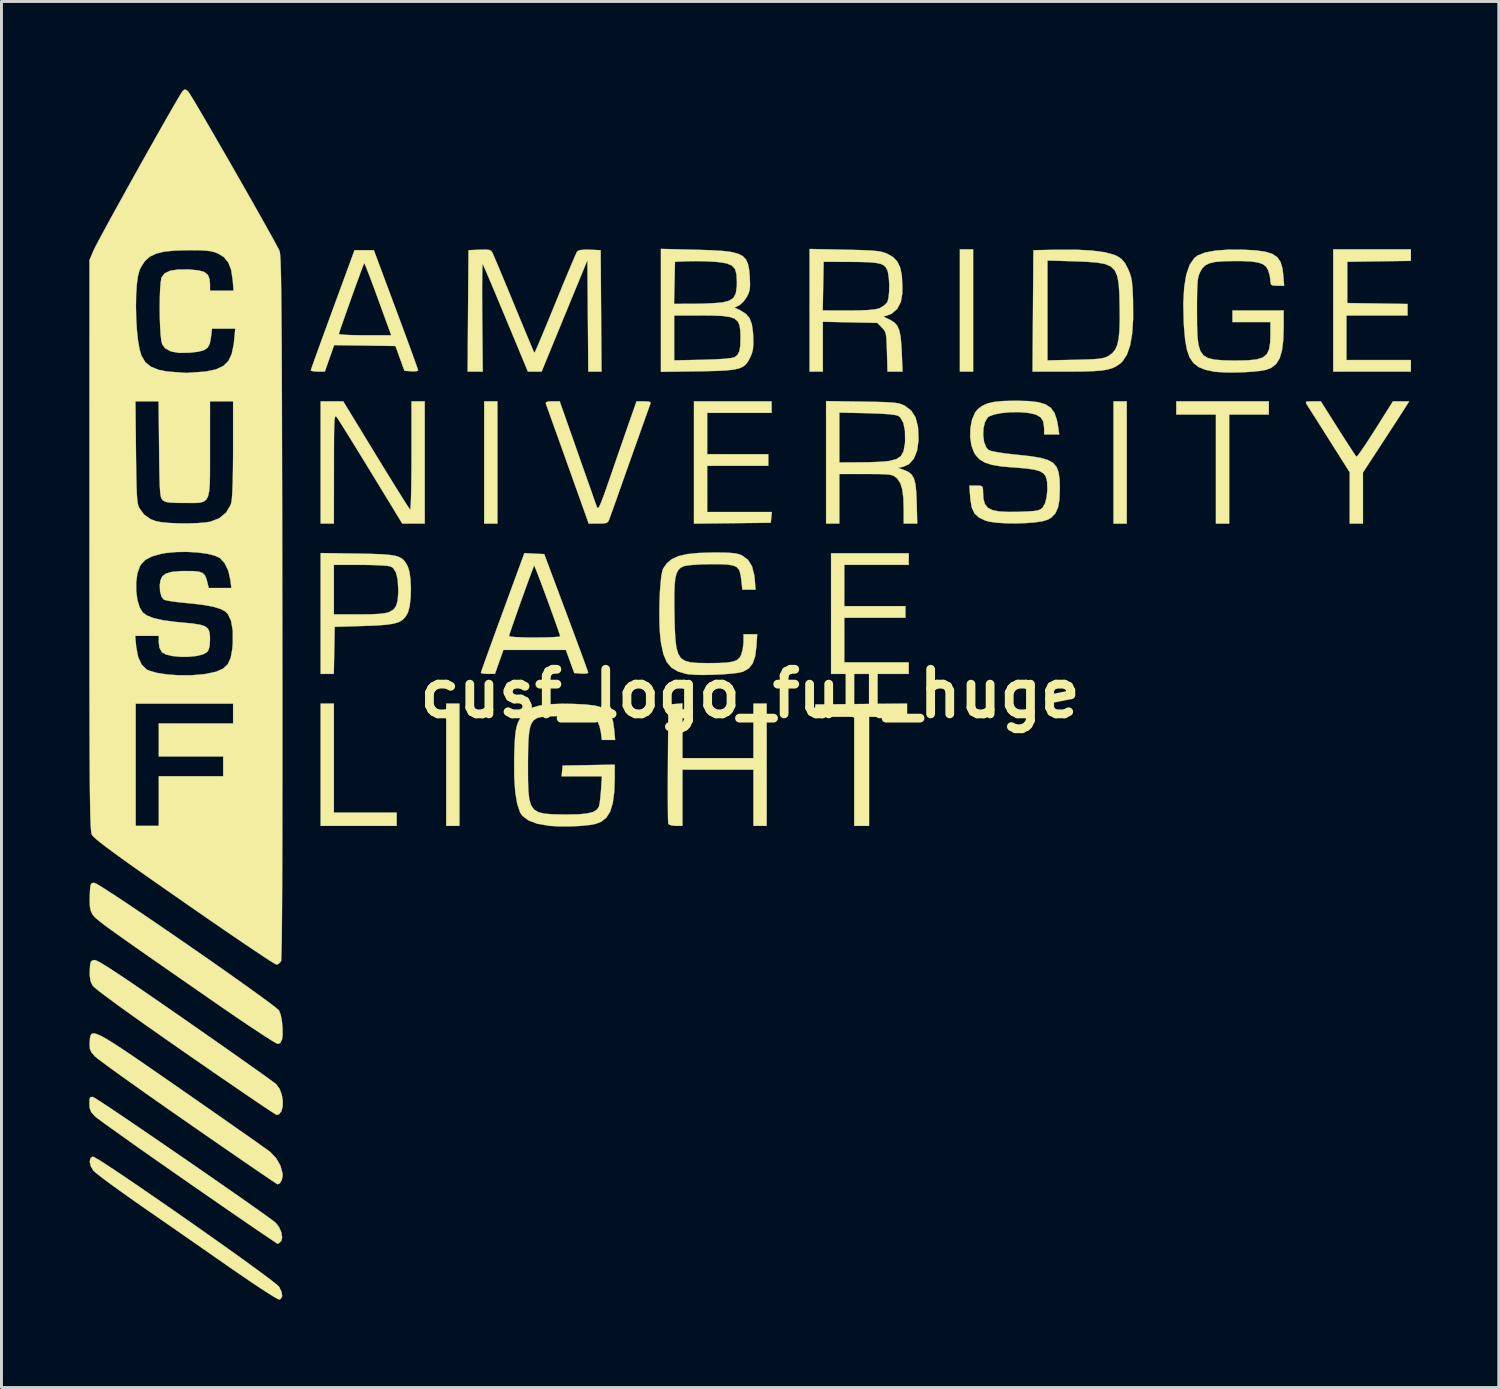
<source format=kicad_pcb>
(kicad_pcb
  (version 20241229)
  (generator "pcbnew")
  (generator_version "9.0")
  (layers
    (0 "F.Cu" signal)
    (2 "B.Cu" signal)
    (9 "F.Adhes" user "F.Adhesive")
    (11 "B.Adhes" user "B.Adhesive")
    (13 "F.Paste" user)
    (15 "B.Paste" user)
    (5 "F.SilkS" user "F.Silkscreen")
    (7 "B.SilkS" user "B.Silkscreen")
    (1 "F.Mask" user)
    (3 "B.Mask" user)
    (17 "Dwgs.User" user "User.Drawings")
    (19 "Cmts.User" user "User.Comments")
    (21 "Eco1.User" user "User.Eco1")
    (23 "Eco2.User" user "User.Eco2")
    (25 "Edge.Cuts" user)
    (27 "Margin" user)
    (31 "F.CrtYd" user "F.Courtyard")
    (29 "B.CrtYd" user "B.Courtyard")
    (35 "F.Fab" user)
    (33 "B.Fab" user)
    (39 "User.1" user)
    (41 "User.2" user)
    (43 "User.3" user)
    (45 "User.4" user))
  (footprint "cusf_logo_full_huge"
    (layer "F.Cu")
    (at 22.583 20.655)
    (property "Reference" "cusf_logo_full_huge" (at 0 0 0) (layer "F.SilkS") (effects (font (size 1.524 1.524) (thickness 0.3))))
    (attr through_hole)
    (fp_poly (pts (xy -9.934 4.516) (xy -10.386 4.516) (xy -10.386 0.339) (xy -9.934 0.339) (xy -9.934 4.516)) (stroke (width 0.01) (type solid)) (fill yes) (layer "F.SilkS"))
    (fp_poly (pts (xy -8.636 -5.814) (xy -9.088 -5.814) (xy -9.088 -9.991) (xy -8.636 -9.991) (xy -8.636 -5.814)) (stroke (width 0.01) (type solid)) (fill yes) (layer "F.SilkS"))
    (fp_poly (pts (xy 7.62 -11.007) (xy 7.168 -11.007) (xy 7.168 -15.184) (xy 7.62 -15.184) (xy 7.62 -11.007)) (stroke (width 0.01) (type solid)) (fill yes) (layer "F.SilkS"))
    (fp_poly (pts (xy 12.869 -5.814) (xy 12.418 -5.814) (xy 12.418 -9.991) (xy 12.869 -9.991) (xy 12.869 -5.814)) (stroke (width 0.01) (type solid)) (fill yes) (layer "F.SilkS"))
    (fp_poly (pts (xy -14.224 4.064) (xy -12.079 4.064) (xy -12.079 4.516) (xy -14.676 4.516) (xy -14.676 0.339) (xy -14.224 0.339) (xy -14.224 4.064)) (stroke (width 0.01) (type solid)) (fill yes) (layer "F.SilkS"))
    (fp_poly (pts (xy 17.724 -9.539) (xy 16.369 -9.539) (xy 16.369 -5.814) (xy 15.917 -5.814) (xy 15.917 -9.539) (xy 14.563 -9.539) (xy 14.563 -9.991) (xy 17.724 -9.991) (xy 17.724 -9.539)) (stroke (width 0.01) (type solid)) (fill yes) (layer "F.SilkS"))
    (fp_poly (pts (xy 5.362 0.79) (xy 4.064 0.79) (xy 4.064 4.516) (xy 3.556 4.516) (xy 3.556 0.79) (xy 2.195 0.79) (xy 2.212 0.579) (xy 2.23 0.367) (xy 3.796 0.352) (xy 5.362 0.337) (xy 5.362 0.79)) (stroke (width 0.01) (type solid)) (fill yes) (layer "F.SilkS"))
    (fp_poly (pts (xy 5.419 -4.403) (xy 3.217 -4.403) (xy 3.217 -2.992) (xy 5.306 -2.992) (xy 5.306 -2.596) (xy 3.217 -2.596) (xy 3.217 -1.072) (xy 5.419 -1.072) (xy 5.419 -0.677) (xy 2.766 -0.677) (xy 2.766 -4.798) (xy 5.419 -4.798) (xy 5.419 -4.403)) (stroke (width 0.01) (type solid)) (fill yes) (layer "F.SilkS"))
    (fp_poly (pts (xy 0.734 -9.596) (xy -1.468 -9.596) (xy -1.468 -8.184) (xy 0.621 -8.184) (xy 0.621 -7.789) (xy -1.468 -7.789) (xy -1.468 -6.209) (xy 0.741 -6.209) (xy 0.723 -6.025) (xy 0.706 -5.842) (xy -0.607 -5.827) (xy -1.919 -5.812) (xy -1.919 -9.991) (xy 0.734 -9.991) (xy 0.734 -9.596)) (stroke (width 0.01) (type solid)) (fill yes) (layer "F.SilkS"))
    (fp_poly (pts (xy 22.578 -14.791) (xy 21.491 -14.776) (xy 20.405 -14.76) (xy 20.405 -13.349) (xy 21.435 -13.334) (xy 22.465 -13.318) (xy 22.465 -12.926) (xy 20.376 -12.926) (xy 20.376 -11.402) (xy 22.578 -11.402) (xy 22.578 -11.007) (xy 19.925 -11.007) (xy 19.925 -15.184) (xy 22.578 -15.184) (xy 22.578 -14.791)) (stroke (width 0.01) (type solid)) (fill yes) (layer "F.SilkS"))
    (fp_poly (pts (xy -2.314 2.201) (xy 0.113 2.201) (xy 0.113 0.339) (xy 0.564 0.339) (xy 0.564 4.516) (xy 0.113 4.516) (xy 0.113 2.596) (xy -2.314 2.596) (xy -2.314 4.516) (xy -2.542 4.516) (xy -2.698 4.499) (xy -2.789 4.457) (xy -2.797 4.445) (xy -2.802 4.374) (xy -2.807 4.203) (xy -2.81 3.946) (xy -2.812 3.616) (xy -2.813 3.226) (xy -2.811 2.789) (xy -2.809 2.37) (xy -2.794 0.367) (xy -2.554 0.35) (xy -2.314 0.332) (xy -2.314 2.201)) (stroke (width 0.01) (type solid)) (fill yes) (layer "F.SilkS"))
    (fp_poly (pts (xy 22.313 -9.666) (xy 22.214 -9.512) (xy 22.068 -9.286) (xy 21.889 -9.011) (xy 21.692 -8.708) (xy 21.523 -8.449) (xy 20.941 -7.557) (xy 20.941 -5.814) (xy 20.489 -5.814) (xy 20.489 -7.566) (xy 19.803 -8.651) (xy 19.601 -8.971) (xy 19.415 -9.265) (xy 19.255 -9.517) (xy 19.131 -9.713) (xy 19.053 -9.835) (xy 19.035 -9.864) (xy 18.991 -9.939) (xy 19.003 -9.977) (xy 19.091 -9.989) (xy 19.227 -9.99) (xy 19.502 -9.99) (xy 20.093 -9.054) (xy 20.277 -8.765) (xy 20.441 -8.51) (xy 20.576 -8.304) (xy 20.672 -8.161) (xy 20.719 -8.098) (xy 20.721 -8.096) (xy 20.761 -8.135) (xy 20.85 -8.255) (xy 20.98 -8.444) (xy 21.141 -8.687) (xy 21.322 -8.97) (xy 21.362 -9.032) (xy 21.966 -9.991) (xy 22.52 -9.991) (xy 22.313 -9.666)) (stroke (width 0.01) (type solid)) (fill yes) (layer "F.SilkS"))
    (fp_poly (pts (xy -12.784 -8.153) (xy -12.532 -7.741) (xy -12.297 -7.36) (xy -12.087 -7.02) (xy -11.907 -6.733) (xy -11.765 -6.508) (xy -11.667 -6.357) (xy -11.619 -6.289) (xy -11.617 -6.287) (xy -11.606 -6.334) (xy -11.596 -6.482) (xy -11.587 -6.716) (xy -11.58 -7.025) (xy -11.575 -7.395) (xy -11.572 -7.813) (xy -11.571 -8.125) (xy -11.571 -9.991) (xy -11.12 -9.991) (xy -11.12 -5.814) (xy -11.886 -5.814) (xy -12.956 -7.568) (xy -13.205 -7.975) (xy -13.439 -8.355) (xy -13.65 -8.697) (xy -13.831 -8.989) (xy -13.976 -9.219) (xy -14.076 -9.375) (xy -14.123 -9.445) (xy -14.15 -9.473) (xy -14.171 -9.477) (xy -14.187 -9.447) (xy -14.2 -9.372) (xy -14.209 -9.242) (xy -14.215 -9.045) (xy -14.219 -8.773) (xy -14.221 -8.413) (xy -14.222 -7.957) (xy -14.222 -7.691) (xy -14.224 -5.814) (xy -14.676 -5.814) (xy -14.676 -9.991) (xy -13.905 -9.991) (xy -12.784 -8.153)) (stroke (width 0.01) (type solid)) (fill yes) (layer "F.SilkS"))
    (fp_poly (pts (xy -22.397 15.845) (xy -22.25 15.932) (xy -22.029 16.073) (xy -21.745 16.26) (xy -21.406 16.486) (xy -21.023 16.747) (xy -20.603 17.034) (xy -20.156 17.342) (xy -19.692 17.663) (xy -19.22 17.993) (xy -18.749 18.323) (xy -18.289 18.648) (xy -17.848 18.961) (xy -17.436 19.255) (xy -17.063 19.525) (xy -16.737 19.763) (xy -16.468 19.964) (xy -16.265 20.12) (xy -16.138 20.225) (xy -16.098 20.265) (xy -16.01 20.441) (xy -15.991 20.589) (xy -16.043 20.683) (xy -16.09 20.703) (xy -16.156 20.675) (xy -16.303 20.59) (xy -16.519 20.454) (xy -16.794 20.275) (xy -17.115 20.06) (xy -17.473 19.816) (xy -17.784 19.602) (xy -18.252 19.276) (xy -18.771 18.914) (xy -19.314 18.537) (xy -19.851 18.164) (xy -20.356 17.814) (xy -20.799 17.506) (xy -20.843 17.475) (xy -21.209 17.219) (xy -21.551 16.976) (xy -21.855 16.756) (xy -22.109 16.567) (xy -22.301 16.418) (xy -22.418 16.321) (xy -22.441 16.297) (xy -22.533 16.143) (xy -22.566 15.99) (xy -22.539 15.87) (xy -22.462 15.817) (xy -22.397 15.845)) (stroke (width 0.01) (type solid)) (fill yes) (layer "F.SilkS"))
    (fp_poly (pts (xy -22.355 9.113) (xy -22.257 9.16) (xy -22.109 9.245) (xy -21.906 9.372) (xy -21.642 9.544) (xy -21.311 9.764) (xy -20.91 10.037) (xy -20.432 10.365) (xy -19.872 10.752) (xy -19.304 11.146) (xy -18.784 11.509) (xy -18.288 11.855) (xy -17.826 12.18) (xy -17.404 12.476) (xy -17.032 12.74) (xy -16.717 12.963) (xy -16.468 13.142) (xy -16.294 13.269) (xy -16.202 13.339) (xy -16.193 13.347) (xy -16.081 13.5) (xy -16.006 13.695) (xy -15.971 13.906) (xy -15.975 14.107) (xy -16.018 14.271) (xy -16.101 14.373) (xy -16.176 14.393) (xy -16.232 14.362) (xy -16.373 14.271) (xy -16.592 14.127) (xy -16.879 13.933) (xy -17.227 13.697) (xy -17.629 13.422) (xy -18.077 13.115) (xy -18.562 12.781) (xy -19.077 12.425) (xy -19.304 12.267) (xy -20.009 11.776) (xy -20.628 11.341) (xy -21.16 10.964) (xy -21.603 10.645) (xy -21.957 10.385) (xy -22.221 10.186) (xy -22.392 10.047) (xy -22.471 9.97) (xy -22.473 9.967) (xy -22.541 9.812) (xy -22.567 9.618) (xy -22.565 9.454) (xy -22.553 9.266) (xy -22.529 9.162) (xy -22.483 9.116) (xy -22.408 9.1) (xy -22.355 9.113)) (stroke (width 0.01) (type solid)) (fill yes) (layer "F.SilkS"))
    (fp_poly (pts (xy -22.451 13.784) (xy -22.387 13.819) (xy -22.241 13.912) (xy -22.02 14.056) (xy -21.736 14.246) (xy -21.397 14.474) (xy -21.013 14.735) (xy -20.594 15.021) (xy -20.148 15.326) (xy -19.686 15.643) (xy -19.216 15.966) (xy -18.748 16.289) (xy -18.293 16.605) (xy -17.858 16.907) (xy -17.454 17.188) (xy -17.091 17.444) (xy -16.777 17.666) (xy -16.522 17.848) (xy -16.336 17.984) (xy -16.228 18.067) (xy -16.213 18.079) (xy -16.098 18.227) (xy -16.02 18.406) (xy -15.992 18.578) (xy -16.025 18.704) (xy -16.029 18.71) (xy -16.107 18.781) (xy -16.143 18.796) (xy -16.195 18.765) (xy -16.332 18.674) (xy -16.547 18.53) (xy -16.83 18.337) (xy -17.175 18.101) (xy -17.573 17.828) (xy -18.017 17.522) (xy -18.498 17.189) (xy -19.01 16.835) (xy -19.198 16.704) (xy -19.724 16.338) (xy -20.226 15.987) (xy -20.697 15.657) (xy -21.127 15.354) (xy -21.508 15.083) (xy -21.833 14.851) (xy -22.092 14.664) (xy -22.277 14.527) (xy -22.381 14.447) (xy -22.394 14.435) (xy -22.517 14.295) (xy -22.569 14.154) (xy -22.578 14.009) (xy -22.572 13.855) (xy -22.546 13.788) (xy -22.483 13.778) (xy -22.451 13.784)) (stroke (width 0.01) (type solid)) (fill yes) (layer "F.SilkS"))
    (fp_poly (pts (xy -22.312 11.635) (xy -22.174 11.697) (xy -21.991 11.799) (xy -21.756 11.944) (xy -21.463 12.135) (xy -21.106 12.375) (xy -20.677 12.669) (xy -20.17 13.02) (xy -19.579 13.43) (xy -19.417 13.543) (xy -18.909 13.896) (xy -18.424 14.234) (xy -17.971 14.55) (xy -17.557 14.84) (xy -17.192 15.095) (xy -16.886 15.311) (xy -16.646 15.481) (xy -16.481 15.598) (xy -16.404 15.655) (xy -16.201 15.866) (xy -16.052 16.125) (xy -15.979 16.391) (xy -15.975 16.456) (xy -16.002 16.616) (xy -16.072 16.73) (xy -16.147 16.764) (xy -16.198 16.733) (xy -16.335 16.642) (xy -16.548 16.498) (xy -16.831 16.305) (xy -17.175 16.07) (xy -17.573 15.796) (xy -18.016 15.491) (xy -18.497 15.158) (xy -19.009 14.804) (xy -19.197 14.673) (xy -19.724 14.307) (xy -20.226 13.955) (xy -20.697 13.624) (xy -21.128 13.318) (xy -21.51 13.046) (xy -21.835 12.811) (xy -22.094 12.621) (xy -22.28 12.481) (xy -22.384 12.398) (xy -22.397 12.385) (xy -22.509 12.254) (xy -22.561 12.138) (xy -22.571 11.985) (xy -22.567 11.893) (xy -22.56 11.792) (xy -22.547 11.709) (xy -22.523 11.649) (xy -22.48 11.614) (xy -22.412 11.608) (xy -22.312 11.635)) (stroke (width 0.01) (type solid)) (fill yes) (layer "F.SilkS"))
    (fp_poly (pts (xy -13.42 -4.788) (xy -12.964 -4.779) (xy -12.606 -4.766) (xy -12.332 -4.745) (xy -12.128 -4.713) (xy -11.98 -4.664) (xy -11.871 -4.597) (xy -11.79 -4.507) (xy -11.72 -4.39) (xy -11.699 -4.349) (xy -11.641 -4.161) (xy -11.606 -3.897) (xy -11.592 -3.594) (xy -11.601 -3.286) (xy -11.632 -3.008) (xy -11.685 -2.796) (xy -11.702 -2.756) (xy -11.78 -2.624) (xy -11.877 -2.523) (xy -12.006 -2.447) (xy -12.186 -2.394) (xy -12.43 -2.357) (xy -12.754 -2.332) (xy -13.175 -2.316) (xy -13.208 -2.315) (xy -14.196 -2.286) (xy -14.211 -1.482) (xy -14.227 -0.677) (xy -14.676 -0.677) (xy -14.676 -4.403) (xy -14.224 -4.403) (xy -14.224 -2.709) (xy -13.376 -2.709) (xy -12.987 -2.713) (xy -12.696 -2.727) (xy -12.488 -2.75) (xy -12.348 -2.784) (xy -12.331 -2.791) (xy -12.188 -2.876) (xy -12.095 -3.001) (xy -12.043 -3.189) (xy -12.023 -3.461) (xy -12.023 -3.551) (xy -12.043 -3.901) (xy -12.104 -4.15) (xy -12.209 -4.304) (xy -12.287 -4.35) (xy -12.39 -4.368) (xy -12.582 -4.384) (xy -12.841 -4.395) (xy -13.145 -4.402) (xy -13.325 -4.403) (xy -14.224 -4.403) (xy -14.676 -4.403) (xy -14.676 -4.806) (xy -13.42 -4.788)) (stroke (width 0.01) (type solid)) (fill yes) (layer "F.SilkS"))
    (fp_poly (pts (xy -5.897 -8.255) (xy -5.748 -7.829) (xy -5.608 -7.433) (xy -5.483 -7.079) (xy -5.379 -6.782) (xy -5.299 -6.557) (xy -5.249 -6.416) (xy -5.235 -6.378) (xy -5.213 -6.343) (xy -5.185 -6.352) (xy -5.145 -6.416) (xy -5.088 -6.546) (xy -5.01 -6.752) (xy -4.905 -7.046) (xy -4.794 -7.366) (xy -4.656 -7.766) (xy -4.511 -8.188) (xy -4.368 -8.599) (xy -4.24 -8.967) (xy -4.144 -9.243) (xy -3.882 -9.991) (xy -3.628 -9.991) (xy -3.474 -9.985) (xy -3.409 -9.96) (xy -3.409 -9.905) (xy -3.414 -9.892) (xy -3.441 -9.817) (xy -3.502 -9.648) (xy -3.591 -9.4) (xy -3.704 -9.083) (xy -3.835 -8.713) (xy -3.982 -8.301) (xy -4.103 -7.959) (xy -4.259 -7.521) (xy -4.404 -7.111) (xy -4.534 -6.743) (xy -4.645 -6.431) (xy -4.732 -6.188) (xy -4.789 -6.027) (xy -4.809 -5.969) (xy -4.85 -5.881) (xy -4.912 -5.835) (xy -5.027 -5.817) (xy -5.191 -5.814) (xy -5.516 -5.814) (xy -6.234 -7.826) (xy -6.396 -8.28) (xy -6.547 -8.703) (xy -6.683 -9.081) (xy -6.798 -9.403) (xy -6.889 -9.657) (xy -6.952 -9.831) (xy -6.981 -9.911) (xy -6.982 -9.914) (xy -6.971 -9.963) (xy -6.878 -9.987) (xy -6.759 -9.991) (xy -6.507 -9.991) (xy -5.897 -8.255)) (stroke (width 0.01) (type solid)) (fill yes) (layer "F.SilkS"))
    (fp_poly (pts (xy -22.337 6.496) (xy -22.184 6.587) (xy -21.958 6.73) (xy -21.668 6.919) (xy -21.325 7.147) (xy -20.936 7.408) (xy -20.512 7.695) (xy -20.062 8.002) (xy -19.596 8.322) (xy -19.124 8.648) (xy -18.653 8.975) (xy -18.195 9.295) (xy -17.758 9.602) (xy -17.353 9.89) (xy -16.987 10.151) (xy -16.672 10.38) (xy -16.416 10.569) (xy -16.228 10.713) (xy -16.119 10.805) (xy -16.097 10.829) (xy -16.043 10.968) (xy -16.002 11.178) (xy -15.978 11.419) (xy -15.975 11.649) (xy -15.997 11.824) (xy -16.064 11.94) (xy -16.139 11.966) (xy -16.207 11.935) (xy -16.357 11.846) (xy -16.579 11.705) (xy -16.862 11.519) (xy -17.197 11.296) (xy -17.574 11.042) (xy -17.98 10.763) (xy -18.184 10.623) (xy -18.905 10.123) (xy -19.539 9.683) (xy -20.091 9.299) (xy -20.568 8.967) (xy -20.975 8.682) (xy -21.318 8.441) (xy -21.603 8.239) (xy -21.835 8.072) (xy -22.021 7.936) (xy -22.165 7.827) (xy -22.274 7.74) (xy -22.354 7.673) (xy -22.41 7.619) (xy -22.447 7.576) (xy -22.472 7.541) (xy -22.529 7.423) (xy -22.56 7.28) (xy -22.568 7.079) (xy -22.565 6.914) (xy -22.556 6.69) (xy -22.541 6.556) (xy -22.514 6.489) (xy -22.466 6.466) (xy -22.408 6.464) (xy -22.337 6.496)) (stroke (width 0.01) (type solid)) (fill yes) (layer "F.SilkS"))
    (fp_poly (pts (xy -12.102 -13.126) (xy -11.933 -12.672) (xy -11.777 -12.251) (xy -11.639 -11.874) (xy -11.523 -11.555) (xy -11.432 -11.303) (xy -11.372 -11.131) (xy -11.346 -11.052) (xy -11.345 -11.048) (xy -11.395 -11.022) (xy -11.52 -11.015) (xy -11.578 -11.018) (xy -11.812 -11.035) (xy -12.121 -11.882) (xy -13.168 -11.897) (xy -14.215 -11.912) (xy -14.534 -11.007) (xy -14.774 -11.007) (xy -14.92 -11.016) (xy -15.004 -11.038) (xy -15.012 -11.049) (xy -14.993 -11.11) (xy -14.939 -11.265) (xy -14.854 -11.502) (xy -14.743 -11.81) (xy -14.61 -12.177) (xy -14.568 -12.291) (xy -14.055 -12.291) (xy -14.001 -12.277) (xy -13.854 -12.264) (xy -13.632 -12.255) (xy -13.354 -12.249) (xy -13.159 -12.248) (xy -12.263 -12.248) (xy -12.716 -13.491) (xy -12.844 -13.841) (xy -12.959 -14.15) (xy -13.057 -14.406) (xy -13.131 -14.594) (xy -13.176 -14.698) (xy -13.187 -14.715) (xy -13.212 -14.658) (xy -13.268 -14.512) (xy -13.347 -14.297) (xy -13.444 -14.031) (xy -13.552 -13.733) (xy -13.664 -13.421) (xy -13.773 -13.114) (xy -13.873 -12.831) (xy -13.957 -12.589) (xy -14.019 -12.408) (xy -14.051 -12.306) (xy -14.055 -12.291) (xy -14.568 -12.291) (xy -14.459 -12.59) (xy -14.295 -13.04) (xy -14.264 -13.123) (xy -13.518 -15.155) (xy -12.858 -15.155) (xy -12.102 -13.126)) (stroke (width 0.01) (type solid)) (fill yes) (layer "F.SilkS"))
    (fp_poly (pts (xy 11.159 -15.171) (xy 11.688 -15.142) (xy 12.112 -15.086) (xy 12.428 -15.002) (xy 12.533 -14.957) (xy 12.688 -14.857) (xy 12.804 -14.723) (xy 12.913 -14.517) (xy 12.913 -14.517) (xy 12.974 -14.372) (xy 13.017 -14.233) (xy 13.046 -14.071) (xy 13.066 -13.863) (xy 13.079 -13.579) (xy 13.085 -13.417) (xy 13.088 -12.812) (xy 13.055 -12.309) (xy 12.985 -11.902) (xy 12.876 -11.587) (xy 12.727 -11.359) (xy 12.63 -11.27) (xy 12.506 -11.187) (xy 12.371 -11.123) (xy 12.207 -11.076) (xy 11.999 -11.043) (xy 11.731 -11.023) (xy 11.386 -11.011) (xy 10.948 -11.007) (xy 10.823 -11.007) (xy 9.651 -11.007) (xy 9.653 -11.39) (xy 10.16 -11.39) (xy 11.105 -11.41) (xy 11.464 -11.419) (xy 11.729 -11.43) (xy 11.92 -11.446) (xy 12.057 -11.469) (xy 12.159 -11.5) (xy 12.246 -11.544) (xy 12.248 -11.545) (xy 12.377 -11.638) (xy 12.475 -11.758) (xy 12.546 -11.919) (xy 12.594 -12.137) (xy 12.621 -12.425) (xy 12.631 -12.798) (xy 12.628 -13.208) (xy 12.618 -13.66) (xy 12.594 -14.013) (xy 12.545 -14.279) (xy 12.457 -14.472) (xy 12.318 -14.604) (xy 12.115 -14.687) (xy 11.835 -14.735) (xy 11.465 -14.762) (xy 11.077 -14.776) (xy 10.16 -14.804) (xy 10.16 -11.39) (xy 9.653 -11.39) (xy 9.665 -13.081) (xy 9.68 -15.155) (xy 10.527 -15.172) (xy 11.159 -15.171)) (stroke (width 0.01) (type solid)) (fill yes) (layer "F.SilkS"))
    (fp_poly (pts (xy -8.912 -15.163) (xy -8.843 -15.126) (xy -8.812 -15.082) (xy -8.777 -15.005) (xy -8.705 -14.837) (xy -8.601 -14.592) (xy -8.472 -14.283) (xy -8.322 -13.923) (xy -8.158 -13.526) (xy -8.073 -13.319) (xy -7.906 -12.914) (xy -7.752 -12.543) (xy -7.618 -12.22) (xy -7.508 -11.957) (xy -7.427 -11.766) (xy -7.381 -11.661) (xy -7.373 -11.644) (xy -7.348 -11.69) (xy -7.286 -11.828) (xy -7.192 -12.047) (xy -7.071 -12.334) (xy -6.929 -12.678) (xy -6.769 -13.066) (xy -6.66 -13.334) (xy -6.49 -13.749) (xy -6.332 -14.132) (xy -6.191 -14.47) (xy -6.072 -14.751) (xy -5.982 -14.96) (xy -5.925 -15.086) (xy -5.909 -15.115) (xy -5.817 -15.159) (xy -5.628 -15.175) (xy -5.48 -15.172) (xy -5.108 -15.155) (xy -5.093 -13.081) (xy -5.079 -11.007) (xy -5.53 -11.007) (xy -5.545 -12.911) (xy -5.56 -14.816) (xy -7.126 -11.007) (xy -7.594 -11.007) (xy -8.35 -12.827) (xy -8.528 -13.253) (xy -8.692 -13.646) (xy -8.839 -13.994) (xy -8.962 -14.284) (xy -9.057 -14.504) (xy -9.118 -14.643) (xy -9.139 -14.687) (xy -9.147 -14.642) (xy -9.152 -14.498) (xy -9.156 -14.266) (xy -9.159 -13.959) (xy -9.159 -13.591) (xy -9.157 -13.174) (xy -9.155 -12.867) (xy -9.137 -11.007) (xy -9.653 -11.007) (xy -9.639 -13.081) (xy -9.624 -15.155) (xy -9.246 -15.172) (xy -9.037 -15.176) (xy -8.912 -15.163)) (stroke (width 0.01) (type solid)) (fill yes) (layer "F.SilkS"))
    (fp_poly (pts (xy -7.036 -4.77) (xy -6.286 -2.766) (xy -6.117 -2.315) (xy -5.962 -1.897) (xy -5.824 -1.525) (xy -5.708 -1.209) (xy -5.618 -0.961) (xy -5.559 -0.794) (xy -5.534 -0.719) (xy -5.533 -0.716) (xy -5.582 -0.692) (xy -5.707 -0.685) (xy -5.77 -0.688) (xy -6.009 -0.706) (xy -6.153 -1.101) (xy -6.296 -1.496) (xy -8.432 -1.496) (xy -8.576 -1.087) (xy -8.721 -0.678) (xy -8.961 -0.677) (xy -9.107 -0.685) (xy -9.192 -0.704) (xy -9.2 -0.714) (xy -9.182 -0.773) (xy -9.128 -0.927) (xy -9.044 -1.163) (xy -8.933 -1.47) (xy -8.801 -1.836) (xy -8.753 -1.968) (xy -8.241 -1.968) (xy -8.188 -1.951) (xy -8.041 -1.937) (xy -7.819 -1.926) (xy -7.543 -1.92) (xy -7.366 -1.919) (xy -7.066 -1.922) (xy -6.811 -1.929) (xy -6.619 -1.94) (xy -6.509 -1.953) (xy -6.491 -1.961) (xy -6.509 -2.029) (xy -6.56 -2.18) (xy -6.636 -2.397) (xy -6.731 -2.663) (xy -6.838 -2.959) (xy -6.951 -3.267) (xy -7.063 -3.57) (xy -7.168 -3.849) (xy -7.258 -4.086) (xy -7.328 -4.264) (xy -7.37 -4.364) (xy -7.38 -4.379) (xy -7.405 -4.321) (xy -7.461 -4.175) (xy -7.541 -3.96) (xy -7.638 -3.694) (xy -7.745 -3.396) (xy -7.857 -3.085) (xy -7.965 -2.778) (xy -8.064 -2.496) (xy -8.147 -2.257) (xy -8.207 -2.079) (xy -8.238 -1.98) (xy -8.241 -1.968) (xy -8.753 -1.968) (xy -8.651 -2.248) (xy -8.486 -2.697) (xy -8.457 -2.777) (xy -7.714 -4.803) (xy -7.036 -4.77)) (stroke (width 0.01) (type solid)) (fill yes) (layer "F.SilkS"))
    (fp_poly (pts (xy 3.231 -15.173) (xy 3.64 -15.163) (xy 3.953 -15.153) (xy 4.188 -15.14) (xy 4.363 -15.122) (xy 4.495 -15.099) (xy 4.603 -15.067) (xy 4.695 -15.029) (xy 4.892 -14.914) (xy 5.035 -14.761) (xy 5.131 -14.553) (xy 5.185 -14.275) (xy 5.203 -13.911) (xy 5.2 -13.682) (xy 5.151 -13.388) (xy 5.026 -13.15) (xy 4.838 -12.988) (xy 4.745 -12.948) (xy 4.555 -12.887) (xy 4.775 -12.779) (xy 4.917 -12.694) (xy 5.021 -12.584) (xy 5.092 -12.431) (xy 5.139 -12.215) (xy 5.168 -11.919) (xy 5.181 -11.673) (xy 5.208 -11.007) (xy 4.694 -11.007) (xy 4.676 -11.683) (xy 4.666 -11.97) (xy 4.654 -12.169) (xy 4.635 -12.301) (xy 4.602 -12.39) (xy 4.552 -12.461) (xy 4.5 -12.515) (xy 4.344 -12.672) (xy 3.414 -12.691) (xy 2.484 -12.71) (xy 2.484 -11.007) (xy 2.032 -11.007) (xy 2.032 -13.095) (xy 2.481 -13.095) (xy 3.359 -13.095) (xy 3.757 -13.099) (xy 4.057 -13.112) (xy 4.27 -13.135) (xy 4.41 -13.168) (xy 4.428 -13.175) (xy 4.578 -13.265) (xy 4.686 -13.377) (xy 4.691 -13.387) (xy 4.729 -13.522) (xy 4.75 -13.73) (xy 4.754 -13.972) (xy 4.74 -14.21) (xy 4.709 -14.404) (xy 4.692 -14.46) (xy 4.643 -14.56) (xy 4.573 -14.634) (xy 4.466 -14.687) (xy 4.305 -14.722) (xy 4.076 -14.743) (xy 3.763 -14.753) (xy 3.443 -14.756) (xy 2.512 -14.76) (xy 2.496 -13.928) (xy 2.481 -13.095) (xy 2.032 -13.095) (xy 2.032 -15.197) (xy 3.231 -15.173)) (stroke (width 0.01) (type solid)) (fill yes) (layer "F.SilkS"))
    (fp_poly (pts (xy 3.824 -9.981) (xy 4.233 -9.974) (xy 4.547 -9.966) (xy 4.78 -9.955) (xy 4.952 -9.94) (xy 5.077 -9.92) (xy 5.173 -9.891) (xy 5.257 -9.854) (xy 5.278 -9.844) (xy 5.504 -9.675) (xy 5.653 -9.441) (xy 5.733 -9.127) (xy 5.74 -9.068) (xy 5.754 -8.652) (xy 5.704 -8.304) (xy 5.595 -8.032) (xy 5.429 -7.846) (xy 5.234 -7.757) (xy 5.052 -7.716) (xy 5.246 -7.65) (xy 5.404 -7.582) (xy 5.518 -7.49) (xy 5.597 -7.356) (xy 5.648 -7.163) (xy 5.677 -6.892) (xy 5.691 -6.544) (xy 5.71 -5.814) (xy 5.249 -5.814) (xy 5.248 -6.308) (xy 5.236 -6.691) (xy 5.199 -6.98) (xy 5.134 -7.191) (xy 5.036 -7.341) (xy 4.995 -7.38) (xy 4.934 -7.428) (xy 4.865 -7.462) (xy 4.769 -7.485) (xy 4.628 -7.498) (xy 4.423 -7.505) (xy 4.133 -7.507) (xy 3.948 -7.507) (xy 3.048 -7.507) (xy 3.048 -5.814) (xy 2.596 -5.814) (xy 2.596 -7.902) (xy 3.048 -7.902) (xy 3.768 -7.906) (xy 4.071 -7.91) (xy 4.36 -7.921) (xy 4.602 -7.936) (xy 4.76 -7.954) (xy 4.995 -8.015) (xy 5.151 -8.118) (xy 5.243 -8.285) (xy 5.289 -8.536) (xy 5.296 -8.631) (xy 5.291 -8.979) (xy 5.237 -9.252) (xy 5.134 -9.437) (xy 5.061 -9.496) (xy 4.949 -9.526) (xy 4.732 -9.552) (xy 4.421 -9.571) (xy 4.022 -9.585) (xy 3.993 -9.586) (xy 3.048 -9.607) (xy 3.048 -7.902) (xy 2.596 -7.902) (xy 2.596 -9.999) (xy 3.824 -9.981)) (stroke (width 0.01) (type solid)) (fill yes) (layer "F.SilkS"))
    (fp_poly (pts (xy 16.86 -15.172) (xy 17.283 -15.148) (xy 17.608 -15.103) (xy 17.847 -15.028) (xy 18.015 -14.915) (xy 18.124 -14.756) (xy 18.188 -14.542) (xy 18.218 -14.309) (xy 18.247 -13.942) (xy 18.014 -13.942) (xy 17.866 -13.948) (xy 17.799 -13.982) (xy 17.781 -14.067) (xy 17.78 -14.113) (xy 17.757 -14.287) (xy 17.702 -14.47) (xy 17.7 -14.476) (xy 17.631 -14.592) (xy 17.525 -14.676) (xy 17.367 -14.733) (xy 17.139 -14.768) (xy 16.827 -14.783) (xy 16.538 -14.785) (xy 16.167 -14.777) (xy 15.89 -14.753) (xy 15.69 -14.707) (xy 15.547 -14.634) (xy 15.444 -14.528) (xy 15.382 -14.422) (xy 15.343 -14.333) (xy 15.314 -14.236) (xy 15.294 -14.111) (xy 15.281 -13.941) (xy 15.274 -13.708) (xy 15.27 -13.394) (xy 15.269 -13.067) (xy 15.272 -12.588) (xy 15.285 -12.211) (xy 15.32 -11.922) (xy 15.385 -11.711) (xy 15.49 -11.564) (xy 15.645 -11.47) (xy 15.859 -11.417) (xy 16.143 -11.393) (xy 16.505 -11.385) (xy 16.623 -11.385) (xy 17.014 -11.392) (xy 17.306 -11.423) (xy 17.515 -11.488) (xy 17.652 -11.599) (xy 17.733 -11.766) (xy 17.771 -11.999) (xy 17.779 -12.263) (xy 17.78 -12.7) (xy 16.482 -12.7) (xy 16.482 -13.095) (xy 18.232 -13.095) (xy 18.232 -12.533) (xy 18.218 -12.082) (xy 18.174 -11.73) (xy 18.095 -11.463) (xy 17.976 -11.27) (xy 17.812 -11.139) (xy 17.632 -11.068) (xy 17.439 -11.032) (xy 17.167 -11.004) (xy 16.848 -10.985) (xy 16.516 -10.977) (xy 16.202 -10.98) (xy 15.941 -10.996) (xy 15.847 -11.008) (xy 15.555 -11.07) (xy 15.325 -11.163) (xy 15.149 -11.299) (xy 15.018 -11.491) (xy 14.927 -11.752) (xy 14.865 -12.095) (xy 14.826 -12.534) (xy 14.817 -12.7) (xy 14.803 -13.345) (xy 14.833 -13.886) (xy 14.905 -14.323) (xy 15.02 -14.657) (xy 15.179 -14.887) (xy 15.288 -14.972) (xy 15.544 -15.074) (xy 15.903 -15.142) (xy 16.356 -15.175) (xy 16.86 -15.172)) (stroke (width 0.01) (type solid)) (fill yes) (layer "F.SilkS"))
    (fp_poly (pts (xy -1.849 -15.17) (xy -1.351 -15.155) (xy -0.955 -15.132) (xy -0.648 -15.094) (xy -0.418 -15.037) (xy -0.253 -14.954) (xy -0.142 -14.838) (xy -0.073 -14.685) (xy -0.034 -14.486) (xy -0.012 -14.238) (xy -0.012 -14.225) (xy -0.003 -13.985) (xy -0.013 -13.818) (xy -0.05 -13.687) (xy -0.113 -13.558) (xy -0.224 -13.403) (xy -0.349 -13.287) (xy -0.388 -13.265) (xy -0.536 -13.197) (xy -0.344 -13.104) (xy -0.151 -12.985) (xy -0.021 -12.834) (xy 0.058 -12.627) (xy 0.098 -12.341) (xy 0.105 -12.218) (xy 0.11 -11.959) (xy 0.096 -11.773) (xy 0.058 -11.622) (xy 0.003 -11.493) (xy -0.068 -11.359) (xy -0.147 -11.254) (xy -0.247 -11.174) (xy -0.383 -11.115) (xy -0.569 -11.074) (xy -0.819 -11.047) (xy -1.147 -11.031) (xy -1.567 -11.02) (xy -1.792 -11.017) (xy -3.048 -10.999) (xy -3.048 -12.926) (xy -2.596 -12.926) (xy -2.596 -11.391) (xy -1.623 -11.411) (xy -1.202 -11.425) (xy -0.876 -11.444) (xy -0.649 -11.469) (xy -0.529 -11.5) (xy -0.526 -11.502) (xy -0.428 -11.582) (xy -0.367 -11.704) (xy -0.336 -11.891) (xy -0.328 -12.167) (xy -0.328 -12.17) (xy -0.335 -12.407) (xy -0.362 -12.589) (xy -0.422 -12.722) (xy -0.528 -12.815) (xy -0.693 -12.874) (xy -0.932 -12.908) (xy -1.256 -12.922) (xy -1.679 -12.926) (xy -1.692 -12.926) (xy -2.596 -12.926) (xy -3.048 -12.926) (xy -3.048 -13.321) (xy -2.6 -13.321) (xy -1.907 -13.324) (xy -1.607 -13.329) (xy -1.32 -13.341) (xy -1.08 -13.357) (xy -0.935 -13.373) (xy -0.715 -13.43) (xy -0.571 -13.526) (xy -0.489 -13.683) (xy -0.455 -13.919) (xy -0.452 -14.063) (xy -0.465 -14.326) (xy -0.515 -14.51) (xy -0.621 -14.63) (xy -0.798 -14.704) (xy -1.064 -14.747) (xy -1.191 -14.759) (xy -1.492 -14.775) (xy -1.825 -14.782) (xy -2.117 -14.778) (xy -2.568 -14.76) (xy -2.584 -14.041) (xy -2.6 -13.321) (xy -3.048 -13.321) (xy -3.048 -15.2) (xy -1.849 -15.17)) (stroke (width 0.01) (type solid)) (fill yes) (layer "F.SilkS"))
    (fp_poly (pts (xy -0.933 -4.822) (xy -0.687 -4.813) (xy -0.51 -4.796) (xy -0.381 -4.767) (xy -0.28 -4.726) (xy -0.074 -4.575) (xy 0.064 -4.353) (xy 0.142 -4.047) (xy 0.156 -3.916) (xy 0.185 -3.556) (xy -0.266 -3.556) (xy -0.299 -3.876) (xy -0.327 -4.077) (xy -0.371 -4.222) (xy -0.449 -4.321) (xy -0.578 -4.382) (xy -0.773 -4.414) (xy -1.052 -4.426) (xy -1.342 -4.426) (xy -1.658 -4.419) (xy -1.935 -4.404) (xy -2.147 -4.383) (xy -2.271 -4.357) (xy -2.275 -4.356) (xy -2.379 -4.3) (xy -2.459 -4.22) (xy -2.517 -4.103) (xy -2.558 -3.934) (xy -2.581 -3.701) (xy -2.592 -3.39) (xy -2.591 -2.987) (xy -2.586 -2.711) (xy -2.575 -2.234) (xy -2.555 -1.859) (xy -2.519 -1.572) (xy -2.458 -1.362) (xy -2.365 -1.217) (xy -2.231 -1.125) (xy -2.047 -1.074) (xy -1.805 -1.051) (xy -1.498 -1.046) (xy -1.439 -1.045) (xy -1.066 -1.049) (xy -0.79 -1.064) (xy -0.592 -1.095) (xy -0.457 -1.145) (xy -0.368 -1.22) (xy -0.309 -1.322) (xy -0.306 -1.328) (xy -0.255 -1.511) (xy -0.227 -1.725) (xy -0.226 -1.776) (xy -0.226 -2.032) (xy 0.241 -2.032) (xy 0.214 -1.615) (xy 0.171 -1.277) (xy 0.086 -1.032) (xy -0.048 -0.863) (xy -0.242 -0.754) (xy -0.254 -0.75) (xy -0.415 -0.714) (xy -0.659 -0.684) (xy -0.957 -0.661) (xy -1.281 -0.647) (xy -1.6 -0.641) (xy -1.886 -0.647) (xy -2.109 -0.664) (xy -2.183 -0.676) (xy -2.473 -0.763) (xy -2.691 -0.894) (xy -2.851 -1.085) (xy -2.963 -1.352) (xy -3.041 -1.71) (xy -3.056 -1.817) (xy -3.083 -2.091) (xy -3.098 -2.418) (xy -3.102 -2.775) (xy -3.096 -3.14) (xy -3.082 -3.491) (xy -3.058 -3.804) (xy -3.028 -4.059) (xy -2.99 -4.231) (xy -2.974 -4.271) (xy -2.848 -4.456) (xy -2.678 -4.597) (xy -2.451 -4.701) (xy -2.154 -4.77) (xy -1.772 -4.809) (xy -1.294 -4.823) (xy -1.27 -4.824) (xy -0.933 -4.822)) (stroke (width 0.01) (type solid)) (fill yes) (layer "F.SilkS"))
    (fp_poly (pts (xy -6.036 0.349) (xy -5.611 0.369) (xy -5.284 0.41) (xy -5.041 0.479) (xy -4.87 0.585) (xy -4.756 0.738) (xy -4.686 0.946) (xy -4.646 1.219) (xy -4.643 1.251) (xy -4.613 1.58) (xy -5.065 1.58) (xy -5.102 1.303) (xy -5.146 1.109) (xy -5.214 0.943) (xy -5.246 0.894) (xy -5.29 0.844) (xy -5.343 0.809) (xy -5.422 0.786) (xy -5.546 0.772) (xy -5.734 0.765) (xy -6.003 0.762) (xy -6.252 0.762) (xy -6.635 0.765) (xy -6.92 0.775) (xy -7.12 0.794) (xy -7.251 0.821) (xy -7.299 0.841) (xy -7.39 0.903) (xy -7.46 0.991) (xy -7.512 1.117) (xy -7.549 1.296) (xy -7.573 1.541) (xy -7.586 1.866) (xy -7.591 2.285) (xy -7.592 2.484) (xy -7.59 2.956) (xy -7.578 3.328) (xy -7.546 3.612) (xy -7.483 3.819) (xy -7.381 3.961) (xy -7.228 4.051) (xy -7.015 4.101) (xy -6.733 4.122) (xy -6.37 4.128) (xy -6.24 4.128) (xy -5.859 4.121) (xy -5.575 4.094) (xy -5.375 4.045) (xy -5.244 3.968) (xy -5.169 3.862) (xy -5.166 3.854) (xy -5.143 3.753) (xy -5.12 3.573) (xy -5.099 3.349) (xy -5.095 3.288) (xy -5.064 2.822) (xy -6.442 2.822) (xy -6.424 2.639) (xy -6.406 2.455) (xy -5.517 2.44) (xy -4.628 2.424) (xy -4.628 2.887) (xy -4.644 3.364) (xy -4.695 3.742) (xy -4.785 4.03) (xy -4.918 4.24) (xy -5.097 4.379) (xy -5.283 4.449) (xy -5.523 4.491) (xy -5.838 4.52) (xy -6.19 4.535) (xy -6.54 4.534) (xy -6.85 4.515) (xy -6.863 4.514) (xy -7.273 4.443) (xy -7.583 4.325) (xy -7.791 4.163) (xy -7.862 4.053) (xy -7.96 3.759) (xy -8.026 3.358) (xy -8.06 2.849) (xy -8.063 2.232) (xy -8.06 2.117) (xy -8.048 1.755) (xy -8.032 1.484) (xy -8.011 1.284) (xy -7.981 1.132) (xy -7.941 1.006) (xy -7.919 0.954) (xy -7.804 0.752) (xy -7.653 0.595) (xy -7.453 0.48) (xy -7.191 0.403) (xy -6.854 0.359) (xy -6.429 0.343) (xy -6.036 0.349)) (stroke (width 0.01) (type solid)) (fill yes) (layer "F.SilkS"))
    (fp_poly (pts (xy 9.088 -10.011) (xy 9.517 -10) (xy 9.849 -9.961) (xy 10.097 -9.886) (xy 10.276 -9.767) (xy 10.399 -9.596) (xy 10.48 -9.363) (xy 10.523 -9.13) (xy 10.562 -8.862) (xy 10.047 -8.862) (xy 10.047 -9.081) (xy 10.02 -9.297) (xy 9.927 -9.446) (xy 9.756 -9.542) (xy 9.49 -9.599) (xy 9.466 -9.602) (xy 9.17 -9.622) (xy 8.865 -9.616) (xy 8.577 -9.588) (xy 8.335 -9.54) (xy 8.165 -9.476) (xy 8.119 -9.442) (xy 8.026 -9.286) (xy 7.974 -9.072) (xy 7.964 -8.832) (xy 7.994 -8.603) (xy 8.064 -8.418) (xy 8.146 -8.327) (xy 8.255 -8.289) (xy 8.461 -8.248) (xy 8.749 -8.206) (xy 9.103 -8.167) (xy 9.127 -8.165) (xy 9.572 -8.117) (xy 9.916 -8.061) (xy 10.173 -7.986) (xy 10.355 -7.884) (xy 10.474 -7.742) (xy 10.543 -7.553) (xy 10.576 -7.304) (xy 10.583 -6.999) (xy 10.569 -6.634) (xy 10.52 -6.361) (xy 10.429 -6.162) (xy 10.291 -6.019) (xy 10.17 -5.947) (xy 9.998 -5.895) (xy 9.741 -5.856) (xy 9.429 -5.831) (xy 9.089 -5.82) (xy 8.748 -5.824) (xy 8.436 -5.843) (xy 8.18 -5.878) (xy 8.048 -5.912) (xy 7.82 -6.019) (xy 7.667 -6.161) (xy 7.574 -6.361) (xy 7.526 -6.643) (xy 7.521 -6.712) (xy 7.492 -7.112) (xy 7.725 -7.112) (xy 7.873 -7.107) (xy 7.94 -7.072) (xy 7.958 -6.977) (xy 7.959 -6.895) (xy 7.972 -6.659) (xy 8.022 -6.481) (xy 8.121 -6.355) (xy 8.282 -6.273) (xy 8.517 -6.227) (xy 8.841 -6.212) (xy 9.19 -6.217) (xy 9.485 -6.228) (xy 9.69 -6.242) (xy 9.826 -6.263) (xy 9.916 -6.296) (xy 9.981 -6.344) (xy 9.992 -6.355) (xy 10.074 -6.496) (xy 10.131 -6.712) (xy 10.158 -6.966) (xy 10.149 -7.222) (xy 10.137 -7.304) (xy 10.096 -7.434) (xy 10.021 -7.532) (xy 9.896 -7.605) (xy 9.705 -7.658) (xy 9.434 -7.697) (xy 9.067 -7.727) (xy 9.001 -7.731) (xy 8.586 -7.767) (xy 8.266 -7.82) (xy 8.025 -7.897) (xy 7.846 -8.003) (xy 7.712 -8.146) (xy 7.661 -8.224) (xy 7.563 -8.475) (xy 7.52 -8.772) (xy 7.528 -9.082) (xy 7.586 -9.374) (xy 7.691 -9.614) (xy 7.779 -9.723) (xy 7.931 -9.838) (xy 8.114 -9.92) (xy 8.348 -9.973) (xy 8.653 -10.002) (xy 9.049 -10.011) (xy 9.088 -10.011)) (stroke (width 0.01) (type solid)) (fill yes) (layer "F.SilkS"))
    (fp_poly (pts (xy -19.246 -20.619) (xy -19.199 -20.572) (xy -19.151 -20.502) (xy -19.054 -20.344) (xy -18.914 -20.111) (xy -18.738 -19.812) (xy -18.533 -19.46) (xy -18.304 -19.066) (xy -18.059 -18.641) (xy -17.802 -18.196) (xy -17.542 -17.742) (xy -17.285 -17.291) (xy -17.036 -16.853) (xy -16.803 -16.441) (xy -16.591 -16.064) (xy -16.407 -15.735) (xy -16.258 -15.465) (xy -16.15 -15.264) (xy -16.089 -15.145) (xy -16.081 -15.127) (xy -16.072 -15.091) (xy -16.063 -15.027) (xy -16.056 -14.931) (xy -16.048 -14.798) (xy -16.042 -14.626) (xy -16.035 -14.408) (xy -16.03 -14.141) (xy -16.025 -13.821) (xy -16.02 -13.444) (xy -16.016 -13.004) (xy -16.012 -12.499) (xy -16.008 -11.923) (xy -16.005 -11.272) (xy -16.002 -10.542) (xy -15.999 -9.729) (xy -15.997 -8.829) (xy -15.995 -7.837) (xy -15.993 -6.749) (xy -15.991 -5.56) (xy -15.989 -4.267) (xy -15.987 -2.947) (xy -15.985 -1.405) (xy -15.984 0.026) (xy -15.984 1.347) (xy -15.984 2.559) (xy -15.985 3.664) (xy -15.986 4.663) (xy -15.988 5.558) (xy -15.991 6.35) (xy -15.994 7.04) (xy -15.998 7.63) (xy -16.002 8.121) (xy -16.008 8.514) (xy -16.014 8.812) (xy -16.02 9.015) (xy -16.027 9.125) (xy -16.031 9.146) (xy -16.118 9.235) (xy -16.187 9.255) (xy -16.249 9.223) (xy -16.396 9.132) (xy -16.619 8.987) (xy -16.91 8.793) (xy -17.263 8.556) (xy -17.668 8.281) (xy -18.118 7.973) (xy -18.605 7.638) (xy -19.122 7.28) (xy -19.346 7.124) (xy -19.991 6.675) (xy -20.548 6.285) (xy -21.023 5.951) (xy -21.42 5.668) (xy -21.745 5.432) (xy -22.005 5.24) (xy -22.203 5.087) (xy -22.346 4.97) (xy -22.439 4.885) (xy -22.488 4.827) (xy -22.493 4.817) (xy -22.504 4.785) (xy -22.514 4.731) (xy -22.523 4.652) (xy -22.531 4.542) (xy -22.538 4.396) (xy -22.544 4.209) (xy -22.55 3.977) (xy -22.555 3.695) (xy -22.56 3.357) (xy -22.563 2.959) (xy -22.567 2.497) (xy -22.569 1.964) (xy -22.572 1.356) (xy -22.573 0.668) (xy -22.574 0.339) (xy -20.997 0.339) (xy -20.997 4.516) (xy -20.207 4.516) (xy -20.207 2.822) (xy -18.006 2.822) (xy -18.006 2.145) (xy -20.207 2.145) (xy -20.207 1.016) (xy -17.667 1.016) (xy -17.667 0.339) (xy -20.997 0.339) (xy -22.574 0.339) (xy -22.575 -0.104) (xy -22.576 -0.966) (xy -22.576 -1.922) (xy -22.576 -1.976) (xy -21.014 -1.976) (xy -20.979 -1.604) (xy -20.914 -1.259) (xy -20.795 -0.998) (xy -20.625 -0.83) (xy -20.559 -0.796) (xy -20.279 -0.713) (xy -19.92 -0.657) (xy -19.514 -0.629) (xy -19.093 -0.63) (xy -18.689 -0.664) (xy -18.577 -0.68) (xy -18.25 -0.751) (xy -18.013 -0.854) (xy -17.851 -1.006) (xy -17.75 -1.224) (xy -17.695 -1.525) (xy -17.678 -1.736) (xy -17.68 -2.16) (xy -17.736 -2.488) (xy -17.845 -2.72) (xy -17.943 -2.816) (xy -18.1 -2.898) (xy -18.324 -2.967) (xy -18.628 -3.026) (xy -19.024 -3.076) (xy -19.291 -3.102) (xy -19.556 -3.129) (xy -19.788 -3.16) (xy -19.958 -3.192) (xy -20.032 -3.214) (xy -20.114 -3.315) (xy -20.163 -3.491) (xy -20.173 -3.707) (xy -20.153 -3.865) (xy -20.091 -4.007) (xy -19.965 -4.104) (xy -19.76 -4.163) (xy -19.463 -4.19) (xy -19.34 -4.192) (xy -19.047 -4.19) (xy -18.845 -4.172) (xy -18.714 -4.128) (xy -18.633 -4.05) (xy -18.582 -3.93) (xy -18.563 -3.863) (xy -18.5 -3.612) (xy -17.726 -3.612) (xy -17.759 -3.881) (xy -17.832 -4.203) (xy -17.959 -4.465) (xy -18.119 -4.637) (xy -18.301 -4.721) (xy -18.569 -4.786) (xy -18.896 -4.828) (xy -19.256 -4.848) (xy -19.622 -4.841) (xy -19.969 -4.808) (xy -20.13 -4.779) (xy -20.442 -4.692) (xy -20.663 -4.576) (xy -20.814 -4.418) (xy -20.856 -4.347) (xy -20.939 -4.107) (xy -20.979 -3.814) (xy -20.978 -3.502) (xy -20.938 -3.202) (xy -20.861 -2.948) (xy -20.758 -2.779) (xy -20.612 -2.672) (xy -20.387 -2.584) (xy -20.075 -2.513) (xy -19.666 -2.457) (xy -19.396 -2.431) (xy -19.05 -2.398) (xy -18.801 -2.359) (xy -18.633 -2.306) (xy -18.53 -2.228) (xy -18.478 -2.116) (xy -18.459 -1.96) (xy -18.457 -1.861) (xy -18.469 -1.638) (xy -18.508 -1.495) (xy -18.561 -1.42) (xy -18.703 -1.341) (xy -18.923 -1.289) (xy -19.19 -1.262) (xy -19.472 -1.262) (xy -19.74 -1.288) (xy -19.96 -1.34) (xy -20.102 -1.419) (xy -20.102 -1.419) (xy -20.186 -1.577) (xy -20.207 -1.75) (xy -20.207 -1.976) (xy -21.014 -1.976) (xy -22.576 -1.976) (xy -22.576 -2.978) (xy -22.577 -4.137) (xy -22.576 -5.089) (xy -22.576 -9.991) (xy -21.005 -9.991) (xy -20.987 -8.255) (xy -20.981 -7.754) (xy -20.974 -7.352) (xy -20.966 -7.039) (xy -20.956 -6.801) (xy -20.942 -6.626) (xy -20.925 -6.5) (xy -20.903 -6.413) (xy -20.876 -6.35) (xy -20.876 -6.35) (xy -20.71 -6.121) (xy -20.492 -5.968) (xy -20.31 -5.898) (xy -20.124 -5.861) (xy -19.856 -5.835) (xy -19.539 -5.821) (xy -19.204 -5.819) (xy -18.881 -5.83) (xy -18.603 -5.853) (xy -18.447 -5.878) (xy -18.143 -5.994) (xy -17.906 -6.19) (xy -17.752 -6.452) (xy -17.73 -6.522) (xy -17.71 -6.652) (xy -17.694 -6.886) (xy -17.681 -7.213) (xy -17.673 -7.623) (xy -17.668 -8.108) (xy -17.667 -8.368) (xy -17.667 -9.991) (xy -18.457 -9.991) (xy -18.457 -8.388) (xy -18.457 -7.879) (xy -18.458 -7.471) (xy -18.466 -7.154) (xy -18.486 -6.916) (xy -18.524 -6.746) (xy -18.585 -6.632) (xy -18.674 -6.564) (xy -18.796 -6.529) (xy -18.957 -6.518) (xy -19.161 -6.518) (xy -19.325 -6.519) (xy -19.616 -6.522) (xy -19.817 -6.531) (xy -19.948 -6.551) (xy -20.031 -6.583) (xy -20.078 -6.62) (xy -20.108 -6.658) (xy -20.131 -6.715) (xy -20.149 -6.804) (xy -20.163 -6.937) (xy -20.174 -7.127) (xy -20.182 -7.388) (xy -20.189 -7.731) (xy -20.194 -8.169) (xy -20.196 -8.356) (xy -20.213 -9.991) (xy -21.005 -9.991) (xy -22.576 -9.991) (xy -22.575 -13.242) (xy -20.988 -13.242) (xy -20.979 -12.836) (xy -20.956 -12.44) (xy -20.918 -12.079) (xy -20.866 -11.775) (xy -20.801 -11.555) (xy -20.669 -11.332) (xy -20.475 -11.172) (xy -20.204 -11.065) (xy -19.939 -11.012) (xy -19.266 -10.961) (xy -18.601 -11.009) (xy -18.259 -11.082) (xy -18.006 -11.196) (xy -17.829 -11.369) (xy -17.713 -11.614) (xy -17.645 -11.948) (xy -17.631 -12.077) (xy -17.594 -12.474) (xy -18.388 -12.474) (xy -18.427 -12.162) (xy -18.465 -11.964) (xy -18.534 -11.828) (xy -18.656 -11.741) (xy -18.849 -11.688) (xy -19.134 -11.654) (xy -19.135 -11.654) (xy -19.51 -11.646) (xy -19.793 -11.696) (xy -19.99 -11.805) (xy -20.09 -11.938) (xy -20.12 -12.059) (xy -20.144 -12.268) (xy -20.161 -12.542) (xy -20.172 -12.857) (xy -20.175 -13.188) (xy -20.172 -13.512) (xy -20.162 -13.805) (xy -20.144 -14.043) (xy -20.118 -14.202) (xy -20.108 -14.233) (xy -20.005 -14.366) (xy -19.822 -14.452) (xy -19.552 -14.495) (xy -19.185 -14.496) (xy -19.147 -14.494) (xy -18.851 -14.466) (xy -18.65 -14.409) (xy -18.529 -14.311) (xy -18.47 -14.161) (xy -18.457 -13.992) (xy -18.457 -13.772) (xy -17.652 -13.772) (xy -17.68 -14.13) (xy -17.732 -14.477) (xy -17.831 -14.735) (xy -17.985 -14.921) (xy -18.171 -15.036) (xy -18.294 -15.086) (xy -18.423 -15.12) (xy -18.585 -15.141) (xy -18.804 -15.152) (xy -19.105 -15.155) (xy -19.191 -15.155) (xy -19.653 -15.144) (xy -20.018 -15.107) (xy -20.302 -15.038) (xy -20.52 -14.931) (xy -20.686 -14.779) (xy -20.816 -14.578) (xy -20.863 -14.477) (xy -20.919 -14.275) (xy -20.958 -13.986) (xy -20.981 -13.633) (xy -20.988 -13.242) (xy -22.575 -13.242) (xy -22.575 -14.817) (xy -22.445 -15.127) (xy -22.392 -15.237) (xy -22.292 -15.429) (xy -22.152 -15.692) (xy -21.976 -16.016) (xy -21.772 -16.389) (xy -21.545 -16.8) (xy -21.303 -17.237) (xy -21.052 -17.689) (xy -20.796 -18.146) (xy -20.544 -18.595) (xy -20.301 -19.026) (xy -20.074 -19.427) (xy -19.869 -19.787) (xy -19.691 -20.096) (xy -19.548 -20.341) (xy -19.445 -20.511) (xy -19.39 -20.595) (xy -19.386 -20.6) (xy -19.315 -20.65) (xy -19.246 -20.619)) (stroke (width 0.01) (type solid)) (fill yes) (layer "F.SilkS")))
  (gr_rect
    (start -3 -3)
    (end 48.166 44.363)
    (stroke (width 0.1) (type default))
    (fill no)
    (layer "Edge.Cuts")))
</source>
